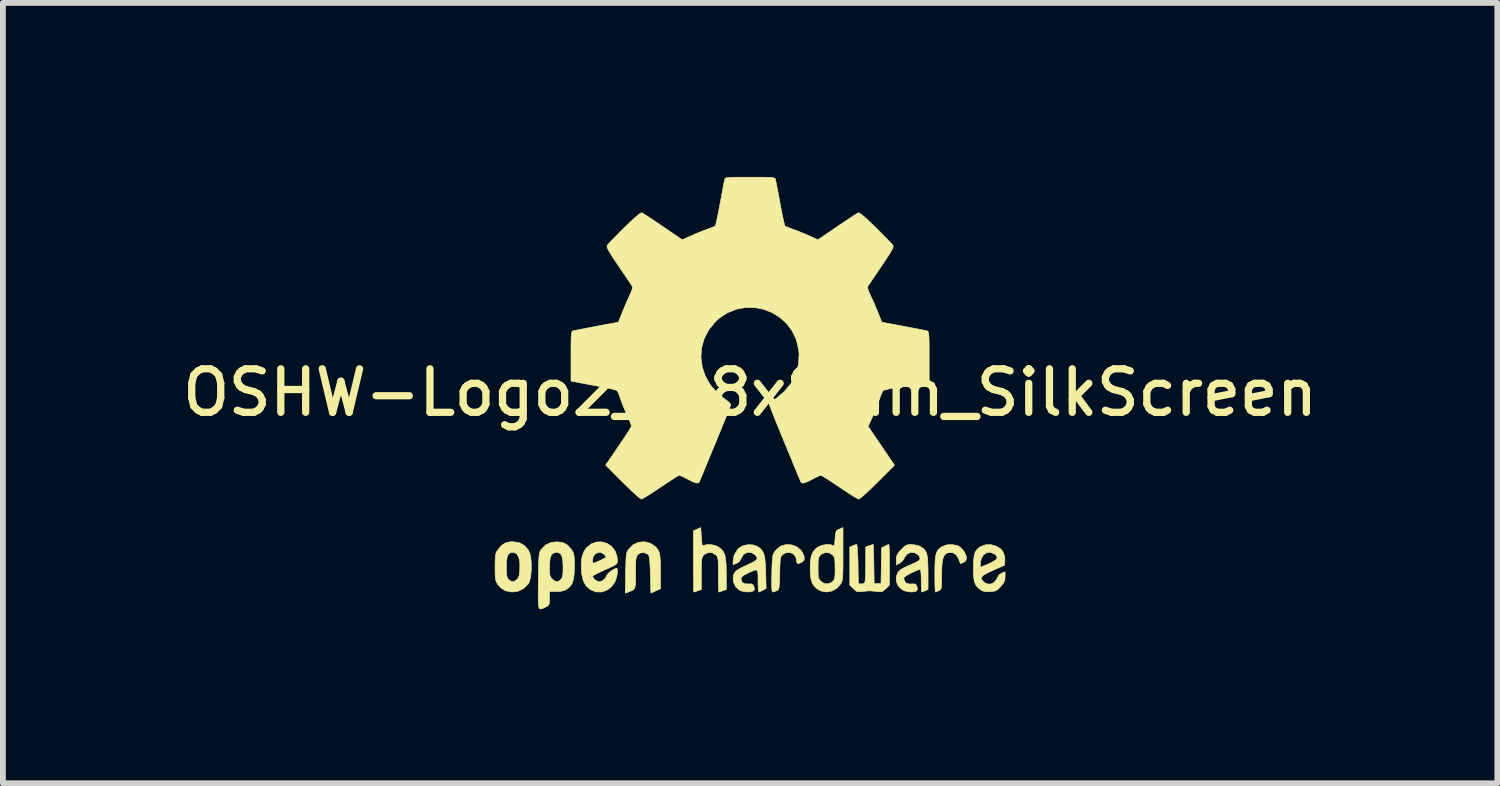
<source format=kicad_pcb>
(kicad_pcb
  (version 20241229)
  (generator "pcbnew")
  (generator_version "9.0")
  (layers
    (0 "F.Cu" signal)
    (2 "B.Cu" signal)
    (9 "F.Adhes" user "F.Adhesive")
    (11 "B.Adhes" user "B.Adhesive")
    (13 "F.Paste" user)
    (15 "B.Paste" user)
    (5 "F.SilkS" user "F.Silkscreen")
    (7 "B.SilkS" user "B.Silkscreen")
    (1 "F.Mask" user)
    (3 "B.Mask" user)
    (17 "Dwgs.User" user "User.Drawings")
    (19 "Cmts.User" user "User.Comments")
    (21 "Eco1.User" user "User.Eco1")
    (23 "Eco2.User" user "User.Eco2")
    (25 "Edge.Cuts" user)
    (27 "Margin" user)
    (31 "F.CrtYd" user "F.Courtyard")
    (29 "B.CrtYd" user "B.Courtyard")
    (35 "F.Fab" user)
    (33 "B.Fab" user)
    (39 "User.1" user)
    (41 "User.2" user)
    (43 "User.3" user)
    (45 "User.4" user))
  (footprint "OSHW-Logo2_9.8x8mm_SilkScreen"
    (layer "F.Cu")
    (at 9.88 3.717)
    (property "Reference" "OSHW-Logo2_9.8x8mm_SilkScreen" (at 0 0 0) (layer "F.SilkS") (effects (font (size 0.75 0.75) (thickness 0.125))))
    (attr exclude_from_pos_files exclude_from_bom allow_missing_courtyard)
    (fp_poly (pts (xy 3.571 2.637) (xy 3.594 2.647) (xy 3.65 2.691) (xy 3.698 2.755) (xy 3.727 2.823) (xy 3.732 2.857) (xy 3.716 2.904) (xy 3.68 2.928) (xy 3.643 2.943) (xy 3.625 2.946) (xy 3.617 2.926) (xy 3.6 2.882) (xy 3.593 2.863) (xy 3.552 2.794) (xy 3.493 2.76) (xy 3.417 2.761) (xy 3.411 2.763) (xy 3.37 2.782) (xy 3.34 2.819) (xy 3.32 2.88) (xy 3.308 2.968) (xy 3.303 3.088) (xy 3.302 3.152) (xy 3.302 3.252) (xy 3.3 3.321) (xy 3.296 3.365) (xy 3.287 3.39) (xy 3.274 3.405) (xy 3.253 3.416) (xy 3.252 3.416) (xy 3.213 3.433) (xy 3.194 3.439) (xy 3.191 3.42) (xy 3.188 3.369) (xy 3.186 3.292) (xy 3.185 3.196) (xy 3.185 3.125) (xy 3.186 2.989) (xy 3.19 2.885) (xy 3.2 2.808) (xy 3.216 2.752) (xy 3.24 2.711) (xy 3.274 2.679) (xy 3.308 2.656) (xy 3.388 2.626) (xy 3.482 2.62) (xy 3.571 2.637)) (stroke (width 0.01) (type solid)) (fill yes) (layer "F.SilkS"))
    (fp_poly (pts (xy -1.728 2.595) (xy -1.666 2.631) (xy -1.622 2.667) (xy -1.59 2.705) (xy -1.568 2.751) (xy -1.554 2.812) (xy -1.547 2.895) (xy -1.544 3.007) (xy -1.544 3.087) (xy -1.544 3.382) (xy -1.71 3.457) (xy -1.719 3.133) (xy -1.723 3.013) (xy -1.728 2.925) (xy -1.733 2.865) (xy -1.74 2.825) (xy -1.75 2.801) (xy -1.763 2.786) (xy -1.767 2.783) (xy -1.831 2.757) (xy -1.896 2.767) (xy -1.934 2.794) (xy -1.95 2.813) (xy -1.961 2.838) (xy -1.968 2.876) (xy -1.972 2.934) (xy -1.973 3.018) (xy -1.973 3.106) (xy -1.973 3.216) (xy -1.975 3.294) (xy -1.982 3.347) (xy -1.995 3.381) (xy -2.018 3.404) (xy -2.053 3.421) (xy -2.1 3.439) (xy -2.152 3.458) (xy -2.146 3.111) (xy -2.143 2.986) (xy -2.14 2.894) (xy -2.136 2.828) (xy -2.13 2.781) (xy -2.121 2.748) (xy -2.108 2.722) (xy -2.092 2.699) (xy -2.018 2.625) (xy -1.926 2.582) (xy -1.827 2.571) (xy -1.728 2.595)) (stroke (width 0.01) (type solid)) (fill yes) (layer "F.SilkS"))
    (fp_poly (pts (xy 0.713 2.625) (xy 0.802 2.657) (xy 0.874 2.715) (xy 0.902 2.756) (xy 0.933 2.831) (xy 0.932 2.885) (xy 0.9 2.921) (xy 0.888 2.928) (xy 0.837 2.947) (xy 0.81 2.942) (xy 0.802 2.91) (xy 0.801 2.892) (xy 0.785 2.826) (xy 0.742 2.78) (xy 0.683 2.758) (xy 0.617 2.763) (xy 0.564 2.792) (xy 0.546 2.809) (xy 0.533 2.829) (xy 0.524 2.859) (xy 0.519 2.907) (xy 0.515 2.978) (xy 0.512 3.08) (xy 0.511 3.112) (xy 0.509 3.222) (xy 0.506 3.3) (xy 0.501 3.351) (xy 0.494 3.383) (xy 0.483 3.401) (xy 0.467 3.412) (xy 0.457 3.417) (xy 0.413 3.433) (xy 0.388 3.439) (xy 0.379 3.421) (xy 0.374 3.365) (xy 0.372 3.272) (xy 0.374 3.141) (xy 0.374 3.121) (xy 0.377 3.002) (xy 0.381 2.914) (xy 0.386 2.853) (xy 0.393 2.809) (xy 0.404 2.778) (xy 0.419 2.751) (xy 0.427 2.74) (xy 0.472 2.69) (xy 0.522 2.651) (xy 0.528 2.647) (xy 0.618 2.62) (xy 0.713 2.625)) (stroke (width 0.01) (type solid)) (fill yes) (layer "F.SilkS"))
    (fp_poly (pts (xy -0.84 2.492) (xy -0.834 2.572) (xy -0.828 2.619) (xy -0.819 2.64) (xy -0.805 2.64) (xy -0.801 2.637) (xy -0.744 2.62) (xy -0.669 2.621) (xy -0.593 2.639) (xy -0.545 2.663) (xy -0.496 2.7) (xy -0.461 2.743) (xy -0.436 2.797) (xy -0.421 2.869) (xy -0.413 2.966) (xy -0.41 3.095) (xy -0.41 3.119) (xy -0.41 3.396) (xy -0.472 3.417) (xy -0.516 3.432) (xy -0.54 3.439) (xy -0.54 3.439) (xy -0.543 3.42) (xy -0.545 3.37) (xy -0.546 3.293) (xy -0.547 3.197) (xy -0.547 3.139) (xy -0.547 3.025) (xy -0.549 2.943) (xy -0.552 2.886) (xy -0.558 2.849) (xy -0.568 2.825) (xy -0.583 2.806) (xy -0.592 2.797) (xy -0.655 2.761) (xy -0.724 2.759) (xy -0.786 2.789) (xy -0.798 2.8) (xy -0.815 2.821) (xy -0.826 2.845) (xy -0.834 2.881) (xy -0.838 2.934) (xy -0.84 3.012) (xy -0.84 3.121) (xy -0.84 3.396) (xy -0.902 3.417) (xy -0.945 3.432) (xy -0.969 3.439) (xy -0.97 3.439) (xy -0.972 3.42) (xy -0.974 3.367) (xy -0.975 3.286) (xy -0.976 3.18) (xy -0.977 3.055) (xy -0.977 2.916) (xy -0.977 2.382) (xy -0.85 2.328) (xy -0.84 2.492)) (stroke (width 0.01) (type solid)) (fill yes) (layer "F.SilkS"))
    (fp_poly (pts (xy 2.396 2.637) (xy 2.399 2.688) (xy 2.401 2.766) (xy 2.403 2.865) (xy 2.403 2.968) (xy 2.403 3.319) (xy 2.341 3.38) (xy 2.299 3.418) (xy 2.261 3.434) (xy 2.21 3.433) (xy 2.19 3.43) (xy 2.127 3.423) (xy 2.074 3.419) (xy 2.061 3.419) (xy 2.018 3.421) (xy 1.957 3.427) (xy 1.933 3.43) (xy 1.874 3.435) (xy 1.834 3.425) (xy 1.795 3.394) (xy 1.781 3.38) (xy 1.719 3.319) (xy 1.719 2.664) (xy 1.769 2.641) (xy 1.812 2.624) (xy 1.837 2.618) (xy 1.844 2.637) (xy 1.85 2.689) (xy 1.855 2.768) (xy 1.859 2.87) (xy 1.861 2.955) (xy 1.866 3.292) (xy 1.913 3.299) (xy 1.955 3.294) (xy 1.976 3.279) (xy 1.982 3.251) (xy 1.987 3.192) (xy 1.99 3.108) (xy 1.992 3.009) (xy 1.993 2.957) (xy 1.993 2.661) (xy 2.054 2.64) (xy 2.098 2.625) (xy 2.122 2.618) (xy 2.122 2.618) (xy 2.125 2.637) (xy 2.127 2.688) (xy 2.13 2.766) (xy 2.132 2.864) (xy 2.134 2.955) (xy 2.139 3.292) (xy 2.257 3.292) (xy 2.262 2.985) (xy 2.267 2.677) (xy 2.325 2.648) (xy 2.367 2.627) (xy 2.392 2.618) (xy 2.392 2.618) (xy 2.396 2.637)) (stroke (width 0.01) (type solid)) (fill yes) (layer "F.SilkS"))
    (fp_poly (pts (xy -3.983 2.587) (xy -3.892 2.635) (xy -3.824 2.713) (xy -3.8 2.763) (xy -3.781 2.838) (xy -3.772 2.932) (xy -3.771 3.035) (xy -3.778 3.136) (xy -3.793 3.223) (xy -3.815 3.286) (xy -3.822 3.297) (xy -3.903 3.377) (xy -4 3.425) (xy -4.104 3.439) (xy -4.21 3.418) (xy -4.239 3.405) (xy -4.297 3.364) (xy -4.347 3.311) (xy -4.352 3.304) (xy -4.371 3.271) (xy -4.384 3.236) (xy -4.391 3.19) (xy -4.395 3.125) (xy -4.396 3.03) (xy -4.396 3.009) (xy -4.396 3.002) (xy -4.201 3.002) (xy -4.2 3.091) (xy -4.195 3.151) (xy -4.186 3.189) (xy -4.17 3.215) (xy -4.162 3.224) (xy -4.115 3.257) (xy -4.07 3.256) (xy -4.024 3.227) (xy -3.996 3.196) (xy -3.98 3.151) (xy -3.971 3.079) (xy -3.97 3.071) (xy -3.969 2.942) (xy -3.985 2.846) (xy -4.019 2.784) (xy -4.07 2.756) (xy -4.088 2.755) (xy -4.136 2.763) (xy -4.169 2.789) (xy -4.189 2.839) (xy -4.199 2.919) (xy -4.201 3.002) (xy -4.396 3.002) (xy -4.395 2.908) (xy -4.392 2.838) (xy -4.386 2.789) (xy -4.374 2.753) (xy -4.356 2.722) (xy -4.352 2.716) (xy -4.286 2.636) (xy -4.213 2.59) (xy -4.125 2.572) (xy -4.095 2.571) (xy -3.983 2.587)) (stroke (width 0.01) (type solid)) (fill yes) (layer "F.SilkS"))
    (fp_poly (pts (xy 4.245 2.648) (xy 4.323 2.698) (xy 4.36 2.744) (xy 4.389 2.826) (xy 4.392 2.891) (xy 4.386 2.977) (xy 4.186 3.065) (xy 4.089 3.11) (xy 4.025 3.146) (xy 3.992 3.177) (xy 3.986 3.207) (xy 4.005 3.241) (xy 4.025 3.263) (xy 4.084 3.298) (xy 4.148 3.301) (xy 4.207 3.273) (xy 4.25 3.218) (xy 4.258 3.199) (xy 4.295 3.138) (xy 4.338 3.113) (xy 4.396 3.09) (xy 4.396 3.174) (xy 4.391 3.231) (xy 4.371 3.279) (xy 4.328 3.334) (xy 4.322 3.342) (xy 4.275 3.391) (xy 4.234 3.417) (xy 4.183 3.429) (xy 4.141 3.433) (xy 4.066 3.434) (xy 4.012 3.421) (xy 3.979 3.403) (xy 3.926 3.362) (xy 3.89 3.318) (xy 3.867 3.262) (xy 3.854 3.187) (xy 3.85 3.084) (xy 3.849 3.032) (xy 3.851 2.97) (xy 3.968 2.97) (xy 3.97 3.003) (xy 3.973 3.009) (xy 3.996 3.001) (xy 4.044 2.982) (xy 4.109 2.954) (xy 4.122 2.948) (xy 4.204 2.906) (xy 4.249 2.87) (xy 4.259 2.835) (xy 4.236 2.801) (xy 4.216 2.785) (xy 4.145 2.755) (xy 4.079 2.76) (xy 4.024 2.797) (xy 3.986 2.863) (xy 3.973 2.916) (xy 3.968 2.97) (xy 3.851 2.97) (xy 3.852 2.911) (xy 3.861 2.821) (xy 3.879 2.755) (xy 3.909 2.707) (xy 3.953 2.669) (xy 3.972 2.656) (xy 4.059 2.624) (xy 4.154 2.622) (xy 4.245 2.648)) (stroke (width 0.01) (type solid)) (fill yes) (layer "F.SilkS"))
    (fp_poly (pts (xy 1.602 2.78) (xy 1.602 2.926) (xy 1.601 3.039) (xy 1.599 3.123) (xy 1.595 3.184) (xy 1.59 3.227) (xy 1.582 3.259) (xy 1.571 3.283) (xy 1.563 3.297) (xy 1.497 3.373) (xy 1.412 3.421) (xy 1.319 3.438) (xy 1.226 3.423) (xy 1.17 3.394) (xy 1.112 3.346) (xy 1.072 3.286) (xy 1.048 3.209) (xy 1.037 3.105) (xy 1.036 3.028) (xy 1.036 3.023) (xy 1.172 3.023) (xy 1.173 3.11) (xy 1.177 3.168) (xy 1.186 3.206) (xy 1.201 3.233) (xy 1.22 3.254) (xy 1.283 3.294) (xy 1.351 3.297) (xy 1.415 3.264) (xy 1.42 3.26) (xy 1.441 3.236) (xy 1.455 3.208) (xy 1.462 3.167) (xy 1.465 3.102) (xy 1.465 3.031) (xy 1.464 2.942) (xy 1.46 2.882) (xy 1.451 2.843) (xy 1.436 2.815) (xy 1.423 2.8) (xy 1.364 2.763) (xy 1.295 2.758) (xy 1.23 2.787) (xy 1.218 2.797) (xy 1.196 2.821) (xy 1.183 2.849) (xy 1.176 2.891) (xy 1.173 2.956) (xy 1.172 3.023) (xy 1.036 3.023) (xy 1.04 2.906) (xy 1.056 2.814) (xy 1.087 2.744) (xy 1.134 2.69) (xy 1.17 2.663) (xy 1.237 2.633) (xy 1.314 2.619) (xy 1.386 2.622) (xy 1.426 2.637) (xy 1.442 2.642) (xy 1.453 2.626) (xy 1.46 2.583) (xy 1.465 2.518) (xy 1.471 2.446) (xy 1.48 2.402) (xy 1.495 2.377) (xy 1.522 2.361) (xy 1.539 2.354) (xy 1.602 2.327) (xy 1.602 2.78)) (stroke (width 0.01) (type solid)) (fill yes) (layer "F.SilkS"))
    (fp_poly (pts (xy -2.466 2.6) (xy -2.389 2.652) (xy -2.329 2.726) (xy -2.294 2.822) (xy -2.286 2.892) (xy -2.287 2.921) (xy -2.294 2.943) (xy -2.313 2.963) (xy -2.35 2.986) (xy -2.41 3.015) (xy -2.5 3.055) (xy -2.501 3.055) (xy -2.584 3.093) (xy -2.652 3.127) (xy -2.698 3.153) (xy -2.716 3.167) (xy -2.716 3.167) (xy -2.701 3.199) (xy -2.665 3.233) (xy -2.624 3.258) (xy -2.603 3.263) (xy -2.546 3.246) (xy -2.497 3.203) (xy -2.474 3.156) (xy -2.451 3.122) (xy -2.406 3.082) (xy -2.353 3.048) (xy -2.306 3.029) (xy -2.297 3.028) (xy -2.286 3.045) (xy -2.285 3.088) (xy -2.293 3.146) (xy -2.308 3.207) (xy -2.329 3.261) (xy -2.33 3.264) (xy -2.392 3.351) (xy -2.473 3.41) (xy -2.565 3.439) (xy -2.66 3.436) (xy -2.752 3.397) (xy -2.756 3.395) (xy -2.828 3.33) (xy -2.875 3.245) (xy -2.901 3.133) (xy -2.905 3.102) (xy -2.911 2.954) (xy -2.903 2.884) (xy -2.716 2.884) (xy -2.713 2.928) (xy -2.7 2.94) (xy -2.667 2.931) (xy -2.615 2.908) (xy -2.556 2.881) (xy -2.555 2.88) (xy -2.505 2.854) (xy -2.485 2.836) (xy -2.49 2.818) (xy -2.511 2.794) (xy -2.563 2.759) (xy -2.62 2.757) (xy -2.671 2.782) (xy -2.706 2.831) (xy -2.716 2.884) (xy -2.903 2.884) (xy -2.898 2.835) (xy -2.865 2.741) (xy -2.82 2.675) (xy -2.737 2.609) (xy -2.646 2.576) (xy -2.554 2.574) (xy -2.466 2.6)) (stroke (width 0.01) (type solid)) (fill yes) (layer "F.SilkS"))
    (fp_poly (pts (xy 0.054 2.626) (xy 0.13 2.655) (xy 0.131 2.655) (xy 0.178 2.69) (xy 0.213 2.731) (xy 0.238 2.784) (xy 0.254 2.856) (xy 0.264 2.953) (xy 0.27 3.082) (xy 0.27 3.1) (xy 0.277 3.377) (xy 0.218 3.408) (xy 0.175 3.429) (xy 0.149 3.439) (xy 0.148 3.439) (xy 0.143 3.421) (xy 0.139 3.372) (xy 0.137 3.3) (xy 0.137 3.242) (xy 0.137 3.148) (xy 0.132 3.089) (xy 0.118 3.061) (xy 0.085 3.06) (xy 0.03 3.081) (xy -0.054 3.12) (xy -0.115 3.153) (xy -0.147 3.181) (xy -0.156 3.212) (xy -0.156 3.213) (xy -0.141 3.266) (xy -0.095 3.295) (xy -0.026 3.299) (xy 0.024 3.298) (xy 0.051 3.313) (xy 0.067 3.347) (xy 0.077 3.391) (xy 0.063 3.416) (xy 0.058 3.42) (xy 0.009 3.434) (xy -0.058 3.437) (xy -0.128 3.427) (xy -0.178 3.41) (xy -0.246 3.351) (xy -0.285 3.27) (xy -0.293 3.207) (xy -0.287 3.15) (xy -0.266 3.104) (xy -0.224 3.062) (xy -0.155 3.021) (xy -0.055 2.974) (xy -0.049 2.971) (xy 0.041 2.93) (xy 0.097 2.895) (xy 0.121 2.865) (xy 0.116 2.833) (xy 0.084 2.797) (xy 0.075 2.789) (xy 0.012 2.757) (xy -0.054 2.758) (xy -0.111 2.79) (xy -0.149 2.848) (xy -0.152 2.859) (xy -0.187 2.915) (xy -0.23 2.942) (xy -0.293 2.968) (xy -0.293 2.9) (xy -0.274 2.8) (xy -0.217 2.709) (xy -0.188 2.678) (xy -0.12 2.639) (xy -0.035 2.622) (xy 0.054 2.626)) (stroke (width 0.01) (type solid)) (fill yes) (layer "F.SilkS"))
    (fp_poly (pts (xy -3.231 2.585) (xy -3.156 2.622) (xy -3.091 2.69) (xy -3.072 2.716) (xy -3.053 2.749) (xy -3.04 2.785) (xy -3.032 2.833) (xy -3.029 2.903) (xy -3.028 2.994) (xy -3.032 3.12) (xy -3.043 3.214) (xy -3.065 3.285) (xy -3.1 3.338) (xy -3.149 3.383) (xy -3.153 3.385) (xy -3.202 3.412) (xy -3.261 3.426) (xy -3.336 3.429) (xy -3.458 3.429) (xy -3.458 3.547) (xy -3.459 3.613) (xy -3.466 3.652) (xy -3.484 3.675) (xy -3.519 3.695) (xy -3.527 3.699) (xy -3.566 3.718) (xy -3.596 3.729) (xy -3.619 3.73) (xy -3.635 3.717) (xy -3.645 3.685) (xy -3.65 3.63) (xy -3.652 3.549) (xy -3.652 3.437) (xy -3.65 3.292) (xy -3.65 3.248) (xy -3.648 3.098) (xy -3.646 3) (xy -3.458 3) (xy -3.457 3.083) (xy -3.453 3.138) (xy -3.442 3.174) (xy -3.423 3.201) (xy -3.41 3.215) (xy -3.358 3.254) (xy -3.312 3.258) (xy -3.264 3.225) (xy -3.263 3.224) (xy -3.244 3.199) (xy -3.232 3.164) (xy -3.226 3.112) (xy -3.224 3.031) (xy -3.224 3.013) (xy -3.228 2.902) (xy -3.243 2.825) (xy -3.269 2.778) (xy -3.309 2.757) (xy -3.332 2.755) (xy -3.387 2.765) (xy -3.425 2.798) (xy -3.447 2.858) (xy -3.457 2.95) (xy -3.458 3) (xy -3.646 3) (xy -3.646 2.982) (xy -3.643 2.895) (xy -3.639 2.831) (xy -3.634 2.786) (xy -3.627 2.754) (xy -3.617 2.73) (xy -3.604 2.709) (xy -3.598 2.701) (xy -3.525 2.627) (xy -3.432 2.584) (xy -3.325 2.573) (xy -3.231 2.585)) (stroke (width 0.01) (type solid)) (fill yes) (layer "F.SilkS"))
    (fp_poly (pts (xy 2.887 2.634) (xy 2.944 2.659) (xy 2.988 2.69) (xy 3.02 2.725) (xy 3.042 2.77) (xy 3.057 2.831) (xy 3.064 2.915) (xy 3.067 3.028) (xy 3.068 3.103) (xy 3.068 3.393) (xy 3.018 3.416) (xy 2.979 3.433) (xy 2.959 3.439) (xy 2.955 3.421) (xy 2.952 3.372) (xy 2.951 3.3) (xy 2.95 3.243) (xy 2.949 3.161) (xy 2.944 3.096) (xy 2.938 3.056) (xy 2.933 3.048) (xy 2.898 3.057) (xy 2.844 3.079) (xy 2.781 3.109) (xy 2.72 3.141) (xy 2.674 3.17) (xy 2.652 3.19) (xy 2.652 3.19) (xy 2.654 3.227) (xy 2.671 3.262) (xy 2.7 3.291) (xy 2.743 3.3) (xy 2.78 3.299) (xy 2.832 3.298) (xy 2.859 3.31) (xy 2.876 3.343) (xy 2.878 3.349) (xy 2.885 3.395) (xy 2.866 3.423) (xy 2.816 3.436) (xy 2.763 3.438) (xy 2.666 3.42) (xy 2.616 3.394) (xy 2.554 3.333) (xy 2.522 3.258) (xy 2.519 3.178) (xy 2.546 3.104) (xy 2.588 3.058) (xy 2.63 3.032) (xy 2.695 2.999) (xy 2.771 2.966) (xy 2.784 2.96) (xy 2.867 2.924) (xy 2.916 2.891) (xy 2.931 2.859) (xy 2.917 2.822) (xy 2.892 2.794) (xy 2.833 2.759) (xy 2.768 2.756) (xy 2.709 2.783) (xy 2.666 2.837) (xy 2.661 2.851) (xy 2.628 2.902) (xy 2.581 2.94) (xy 2.52 2.971) (xy 2.52 2.883) (xy 2.524 2.829) (xy 2.539 2.787) (xy 2.573 2.741) (xy 2.605 2.706) (xy 2.655 2.657) (xy 2.694 2.631) (xy 2.736 2.62) (xy 2.783 2.618) (xy 2.887 2.634)) (stroke (width 0.01) (type solid)) (fill yes) (layer "F.SilkS"))
    (fp_poly (pts (xy 0.14 -3.712) (xy 0.246 -3.712) (xy 0.322 -3.71) (xy 0.374 -3.707) (xy 0.407 -3.702) (xy 0.426 -3.695) (xy 0.435 -3.684) (xy 0.439 -3.67) (xy 0.44 -3.668) (xy 0.446 -3.636) (xy 0.459 -3.572) (xy 0.476 -3.483) (xy 0.496 -3.376) (xy 0.518 -3.258) (xy 0.518 -3.254) (xy 0.54 -3.138) (xy 0.561 -3.036) (xy 0.579 -2.953) (xy 0.592 -2.897) (xy 0.601 -2.872) (xy 0.601 -2.871) (xy 0.626 -2.859) (xy 0.676 -2.839) (xy 0.742 -2.814) (xy 0.742 -2.814) (xy 0.825 -2.783) (xy 0.923 -2.744) (xy 1.015 -2.704) (xy 1.019 -2.702) (xy 1.169 -2.634) (xy 1.501 -2.86) (xy 1.603 -2.929) (xy 1.696 -2.991) (xy 1.773 -3.042) (xy 1.83 -3.079) (xy 1.861 -3.098) (xy 1.864 -3.099) (xy 1.887 -3.093) (xy 1.93 -3.063) (xy 1.994 -3.008) (xy 2.081 -2.927) (xy 2.171 -2.84) (xy 2.256 -2.755) (xy 2.333 -2.677) (xy 2.397 -2.611) (xy 2.442 -2.563) (xy 2.464 -2.536) (xy 2.464 -2.535) (xy 2.467 -2.517) (xy 2.458 -2.487) (xy 2.435 -2.441) (xy 2.395 -2.376) (xy 2.338 -2.288) (xy 2.261 -2.173) (xy 2.193 -2.073) (xy 2.132 -1.983) (xy 2.081 -1.908) (xy 2.045 -1.854) (xy 2.027 -1.827) (xy 2.026 -1.825) (xy 2.028 -1.798) (xy 2.045 -1.747) (xy 2.073 -1.68) (xy 2.083 -1.659) (xy 2.127 -1.564) (xy 2.173 -1.456) (xy 2.211 -1.363) (xy 2.238 -1.294) (xy 2.26 -1.241) (xy 2.272 -1.214) (xy 2.274 -1.211) (xy 2.297 -1.208) (xy 2.351 -1.198) (xy 2.429 -1.184) (xy 2.524 -1.166) (xy 2.628 -1.146) (xy 2.735 -1.126) (xy 2.837 -1.107) (xy 2.927 -1.089) (xy 2.998 -1.075) (xy 3.042 -1.066) (xy 3.053 -1.063) (xy 3.064 -1.057) (xy 3.073 -1.042) (xy 3.079 -1.015) (xy 3.083 -0.97) (xy 3.085 -0.902) (xy 3.087 -0.806) (xy 3.087 -0.678) (xy 3.087 -0.625) (xy 3.087 -0.198) (xy 2.985 -0.178) (xy 2.927 -0.167) (xy 2.842 -0.151) (xy 2.739 -0.132) (xy 2.629 -0.111) (xy 2.599 -0.106) (xy 2.497 -0.086) (xy 2.408 -0.067) (xy 2.34 -0.049) (xy 2.3 -0.036) (xy 2.293 -0.032) (xy 2.277 -0.004) (xy 2.253 0.051) (xy 2.227 0.122) (xy 2.222 0.137) (xy 2.188 0.231) (xy 2.146 0.337) (xy 2.104 0.432) (xy 2.104 0.433) (xy 2.035 0.583) (xy 2.49 1.252) (xy 2.197 1.544) (xy 2.109 1.631) (xy 2.029 1.708) (xy 1.96 1.77) (xy 1.909 1.814) (xy 1.879 1.835) (xy 1.874 1.837) (xy 1.849 1.826) (xy 1.797 1.797) (xy 1.725 1.752) (xy 1.637 1.695) (xy 1.543 1.631) (xy 1.447 1.567) (xy 1.361 1.51) (xy 1.291 1.466) (xy 1.242 1.437) (xy 1.221 1.426) (xy 1.194 1.435) (xy 1.144 1.458) (xy 1.08 1.491) (xy 1.074 1.494) (xy 0.988 1.537) (xy 0.929 1.558) (xy 0.893 1.559) (xy 0.874 1.539) (xy 0.874 1.539) (xy 0.864 1.515) (xy 0.841 1.46) (xy 0.807 1.378) (xy 0.763 1.272) (xy 0.712 1.147) (xy 0.654 1.007) (xy 0.598 0.872) (xy 0.536 0.722) (xy 0.48 0.584) (xy 0.43 0.461) (xy 0.389 0.357) (xy 0.358 0.277) (xy 0.338 0.225) (xy 0.332 0.206) (xy 0.347 0.183) (xy 0.386 0.148) (xy 0.439 0.109) (xy 0.588 -0.015) (xy 0.705 -0.156) (xy 0.787 -0.313) (xy 0.834 -0.482) (xy 0.845 -0.66) (xy 0.837 -0.742) (xy 0.796 -0.913) (xy 0.724 -1.064) (xy 0.627 -1.193) (xy 0.509 -1.299) (xy 0.374 -1.381) (xy 0.227 -1.437) (xy 0.072 -1.465) (xy -0.087 -1.465) (xy -0.244 -1.435) (xy -0.396 -1.372) (xy -0.538 -1.277) (xy -0.597 -1.222) (xy -0.711 -1.083) (xy -0.79 -0.932) (xy -0.835 -0.771) (xy -0.847 -0.607) (xy -0.825 -0.443) (xy -0.772 -0.284) (xy -0.686 -0.134) (xy -0.569 0.002) (xy -0.439 0.109) (xy -0.384 0.15) (xy -0.346 0.185) (xy -0.332 0.206) (xy -0.339 0.229) (xy -0.36 0.283) (xy -0.392 0.366) (xy -0.434 0.471) (xy -0.485 0.596) (xy -0.542 0.736) (xy -0.598 0.872) (xy -0.66 1.021) (xy -0.717 1.16) (xy -0.768 1.283) (xy -0.811 1.387) (xy -0.844 1.467) (xy -0.866 1.519) (xy -0.874 1.539) (xy -0.893 1.558) (xy -0.929 1.558) (xy -0.988 1.537) (xy -1.073 1.495) (xy -1.074 1.494) (xy -1.138 1.461) (xy -1.19 1.437) (xy -1.219 1.426) (xy -1.221 1.426) (xy -1.243 1.437) (xy -1.292 1.466) (xy -1.362 1.511) (xy -1.447 1.567) (xy -1.543 1.631) (xy -1.639 1.696) (xy -1.727 1.753) (xy -1.799 1.797) (xy -1.85 1.826) (xy -1.874 1.837) (xy -1.897 1.823) (xy -1.942 1.786) (xy -2.006 1.729) (xy -2.083 1.656) (xy -2.169 1.572) (xy -2.198 1.544) (xy -2.49 1.251) (xy -2.267 0.925) (xy -2.2 0.825) (xy -2.14 0.735) (xy -2.093 0.661) (xy -2.06 0.607) (xy -2.045 0.579) (xy -2.045 0.577) (xy -2.053 0.551) (xy -2.073 0.498) (xy -2.103 0.427) (xy -2.124 0.38) (xy -2.164 0.29) (xy -2.201 0.198) (xy -2.23 0.121) (xy -2.237 0.098) (xy -2.26 0.035) (xy -2.281 -0.014) (xy -2.293 -0.032) (xy -2.319 -0.043) (xy -2.377 -0.059) (xy -2.458 -0.078) (xy -2.555 -0.098) (xy -2.599 -0.106) (xy -2.709 -0.126) (xy -2.815 -0.146) (xy -2.906 -0.163) (xy -2.972 -0.175) (xy -2.985 -0.178) (xy -3.087 -0.198) (xy -3.087 -0.625) (xy -3.087 -0.766) (xy -3.086 -0.872) (xy -3.084 -0.949) (xy -3.08 -1.002) (xy -3.075 -1.035) (xy -3.067 -1.053) (xy -3.057 -1.062) (xy -3.053 -1.063) (xy -3.028 -1.069) (xy -2.972 -1.08) (xy -2.892 -1.096) (xy -2.796 -1.114) (xy -2.691 -1.134) (xy -2.585 -1.155) (xy -2.483 -1.174) (xy -2.395 -1.19) (xy -2.325 -1.203) (xy -2.283 -1.21) (xy -2.274 -1.211) (xy -2.265 -1.228) (xy -2.246 -1.273) (xy -2.221 -1.338) (xy -2.211 -1.363) (xy -2.171 -1.46) (xy -2.125 -1.568) (xy -2.083 -1.659) (xy -2.052 -1.728) (xy -2.032 -1.785) (xy -2.025 -1.82) (xy -2.026 -1.825) (xy -2.041 -1.847) (xy -2.074 -1.896) (xy -2.121 -1.967) (xy -2.181 -2.055) (xy -2.248 -2.154) (xy -2.261 -2.173) (xy -2.339 -2.289) (xy -2.396 -2.377) (xy -2.435 -2.442) (xy -2.458 -2.487) (xy -2.467 -2.516) (xy -2.465 -2.535) (xy -2.464 -2.535) (xy -2.445 -2.559) (xy -2.402 -2.605) (xy -2.341 -2.669) (xy -2.265 -2.746) (xy -2.18 -2.831) (xy -2.171 -2.84) (xy -2.063 -2.944) (xy -1.98 -3.02) (xy -1.92 -3.07) (xy -1.882 -3.096) (xy -1.864 -3.099) (xy -1.84 -3.085) (xy -1.788 -3.052) (xy -1.714 -3.004) (xy -1.625 -2.944) (xy -1.525 -2.876) (xy -1.501 -2.86) (xy -1.169 -2.634) (xy -1.019 -2.702) (xy -0.928 -2.741) (xy -0.83 -2.781) (xy -0.746 -2.813) (xy -0.742 -2.814) (xy -0.677 -2.838) (xy -0.626 -2.859) (xy -0.601 -2.871) (xy -0.601 -2.871) (xy -0.593 -2.893) (xy -0.58 -2.948) (xy -0.562 -3.029) (xy -0.542 -3.129) (xy -0.52 -3.244) (xy -0.518 -3.254) (xy -0.496 -3.372) (xy -0.476 -3.479) (xy -0.459 -3.569) (xy -0.447 -3.634) (xy -0.44 -3.668) (xy -0.44 -3.668) (xy -0.435 -3.683) (xy -0.427 -3.693) (xy -0.41 -3.701) (xy -0.379 -3.707) (xy -0.329 -3.71) (xy -0.256 -3.712) (xy -0.153 -3.712) (xy -0.018 -3.712) (xy 0 -3.712) (xy 0.14 -3.712)) (stroke (width 0.01) (type solid)) (fill yes) (layer "F.SilkS")))
  (gr_rect
    (start -3 -3)
    (end 22.761 10.453)
    (stroke (width 0.1) (type default))
    (fill no)
    (layer "Edge.Cuts")))
</source>
